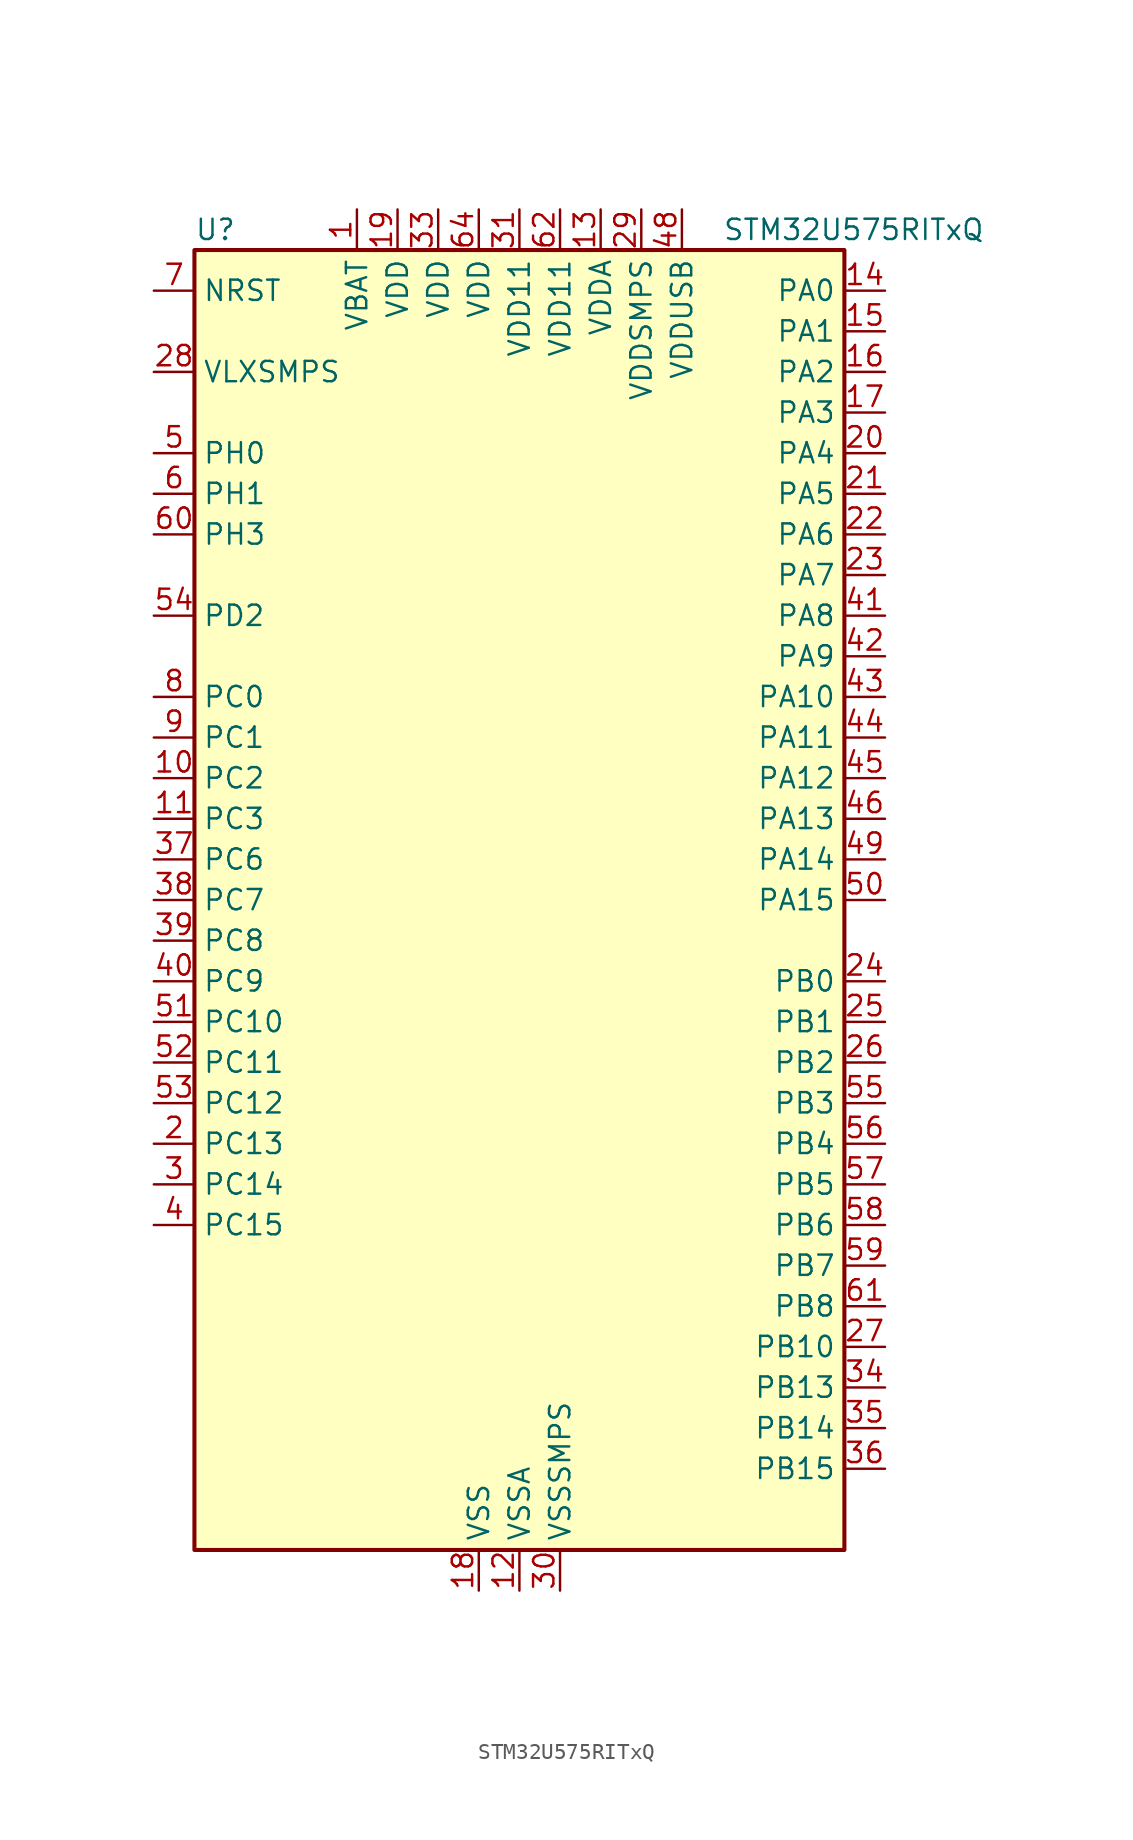
<source format=kicad_sym>
(kicad_symbol_lib
  (version 20211014)
  (generator kicad-library-utils)
  (symbol "STM32U575RITxQ"
    (property "Reference" "U"
      (at -20.32 41.91 0)
      (effects (font (size 1.27 1.27)) (justify left)))
    (property "Value" "STM32U575RITxQ"
      (at 12.7 41.91 0)
      (effects (font (size 1.27 1.27)) (justify left)))
    (property "ki_fp_filters" "LQFP*10x10mm*P0.5mm*"
      (at 0.0 0.0 0.0)
      (effects (font (size 1.27 1.27))))
    (symbol "STM32U575RITxQ_0_1"
      (rectangle (start -20.32 -40.64) (end 20.32 40.64) (stroke (width 0.254)) (fill (type background))))
    (symbol "STM32U575RITxQ_1_1"
      (pin input line (at -22.86 38.1 0) (length 2.54) (name "NRST" (effects (font (size 1.27 1.27)))) (number "7" (effects (font (size 1.27 1.27)))))
      (pin power_in line (at -22.86 33.02 0) (length 2.54) (name "VLXSMPS" (effects (font (size 1.27 1.27)))) (number "28" (effects (font (size 1.27 1.27)))))
      (pin bidirectional line (at -22.86 27.94 0) (length 2.54) (name "PH0" (effects (font (size 1.27 1.27)))) (number "5" (effects (font (size 1.27 1.27)))) (alternate "RCC_OSC_IN" bidirectional line))
      (pin bidirectional line (at -22.86 25.4 0) (length 2.54) (name "PH1" (effects (font (size 1.27 1.27)))) (number "6" (effects (font (size 1.27 1.27)))) (alternate "RCC_OSC_OUT" bidirectional line))
      (pin bidirectional line (at -22.86 22.86 0) (length 2.54) (name "PH3" (effects (font (size 1.27 1.27)))) (number "60" (effects (font (size 1.27 1.27)))))
      (pin bidirectional line (at -22.86 17.78 0) (length 2.54) (name "PD2" (effects (font (size 1.27 1.27)))) (number "54" (effects (font (size 1.27 1.27)))) (alternate "DEBUG_TRACED2" bidirectional line) (alternate "LPTIM4_ETR" bidirectional line) (alternate "SDMMC1_CMD" bidirectional line) (alternate "TIM3_ETR" bidirectional line) (alternate "TSC_SYNC" bidirectional line) (alternate "UART5_RX" bidirectional line) (alternate "USART3_DE" bidirectional line) (alternate "USART3_RTS" bidirectional line))
      (pin bidirectional line (at -22.86 12.7 0) (length 2.54) (name "PC0" (effects (font (size 1.27 1.27)))) (number "8" (effects (font (size 1.27 1.27)))) (alternate "ADC1_IN1" bidirectional line) (alternate "ADC4_IN1" bidirectional line) (alternate "I2C3_SCL" bidirectional line) (alternate "LPTIM1_IN1" bidirectional line) (alternate "LPTIM2_IN1" bidirectional line) (alternate "LPUART1_RX" bidirectional line) (alternate "MDF1_SDI4" bidirectional line) (alternate "OCTOSPIM_P1_IO7" bidirectional line) (alternate "SDMMC1_D5" bidirectional line) (alternate "SPI2_RDY" bidirectional line))
      (pin bidirectional line (at -22.86 10.16 0) (length 2.54) (name "PC1" (effects (font (size 1.27 1.27)))) (number "9" (effects (font (size 1.27 1.27)))) (alternate "ADC1_IN2" bidirectional line) (alternate "ADC4_IN2" bidirectional line) (alternate "DEBUG_TRACED0" bidirectional line) (alternate "I2C3_SDA" bidirectional line) (alternate "LPTIM1_CH1" bidirectional line) (alternate "LPUART1_TX" bidirectional line) (alternate "MDF1_CKI4" bidirectional line) (alternate "OCTOSPIM_P1_IO4" bidirectional line) (alternate "SAI1_SD_A" bidirectional line) (alternate "SDMMC2_CK" bidirectional line) (alternate "SPI2_MOSI" bidirectional line))
      (pin bidirectional line (at -22.86 7.62 0) (length 2.54) (name "PC2" (effects (font (size 1.27 1.27)))) (number "10" (effects (font (size 1.27 1.27)))) (alternate "ADC1_IN3" bidirectional line) (alternate "ADC4_IN3" bidirectional line) (alternate "LPTIM1_IN2" bidirectional line) (alternate "MDF1_CCK1" bidirectional line) (alternate "OCTOSPIM_P1_IO5" bidirectional line) (alternate "SPI2_MISO" bidirectional line))
      (pin bidirectional line (at -22.86 5.08 0) (length 2.54) (name "PC3" (effects (font (size 1.27 1.27)))) (number "11" (effects (font (size 1.27 1.27)))) (alternate "ADC1_IN4" bidirectional line) (alternate "ADC4_IN4" bidirectional line) (alternate "LPTIM1_ETR" bidirectional line) (alternate "LPTIM2_ETR" bidirectional line) (alternate "LPTIM3_CH1" bidirectional line) (alternate "OCTOSPIM_P1_IO6" bidirectional line) (alternate "SAI1_D1" bidirectional line) (alternate "SAI1_SD_A" bidirectional line) (alternate "SPI2_MOSI" bidirectional line))
      (pin bidirectional line (at -22.86 2.54 0) (length 2.54) (name "PC6" (effects (font (size 1.27 1.27)))) (number "37" (effects (font (size 1.27 1.27)))) (alternate "MDF1_CKI3" bidirectional line) (alternate "PWR_CSLEEP" bidirectional line) (alternate "SDMMC1_D0DIR" bidirectional line) (alternate "SDMMC1_D6" bidirectional line) (alternate "SDMMC2_D6" bidirectional line) (alternate "TIM3_CH1" bidirectional line) (alternate "TIM8_CH1" bidirectional line) (alternate "TSC_G4_IO1" bidirectional line))
      (pin bidirectional line (at -22.86 0.0 0) (length 2.54) (name "PC7" (effects (font (size 1.27 1.27)))) (number "38" (effects (font (size 1.27 1.27)))) (alternate "LPTIM2_CH2" bidirectional line) (alternate "MDF1_SDI3" bidirectional line) (alternate "PWR_CDSTOP" bidirectional line) (alternate "SDMMC1_D123DIR" bidirectional line) (alternate "SDMMC1_D7" bidirectional line) (alternate "SDMMC2_D7" bidirectional line) (alternate "TIM3_CH2" bidirectional line) (alternate "TIM8_CH2" bidirectional line) (alternate "TSC_G4_IO2" bidirectional line))
      (pin bidirectional line (at -22.86 -2.54 0) (length 2.54) (name "PC8" (effects (font (size 1.27 1.27)))) (number "39" (effects (font (size 1.27 1.27)))) (alternate "LPTIM3_CH1" bidirectional line) (alternate "PWR_SRDSTOP" bidirectional line) (alternate "SDMMC1_D0" bidirectional line) (alternate "TIM3_CH3" bidirectional line) (alternate "TIM8_CH3" bidirectional line) (alternate "TSC_G4_IO3" bidirectional line))
      (pin bidirectional line (at -22.86 -5.08 0) (length 2.54) (name "PC9" (effects (font (size 1.27 1.27)))) (number "40" (effects (font (size 1.27 1.27)))) (alternate "DAC1_EXTI9" bidirectional line) (alternate "DEBUG_TRACED0" bidirectional line) (alternate "LPTIM3_CH2" bidirectional line) (alternate "SDMMC1_D1" bidirectional line) (alternate "TIM3_CH4" bidirectional line) (alternate "TIM8_BKIN2" bidirectional line) (alternate "TIM8_CH4" bidirectional line) (alternate "TSC_G4_IO4" bidirectional line) (alternate "USB_OTG_FS_NOE" bidirectional line))
      (pin bidirectional line (at -22.86 -7.62 0) (length 2.54) (name "PC10" (effects (font (size 1.27 1.27)))) (number "51" (effects (font (size 1.27 1.27)))) (alternate "ADF1_CCK1" bidirectional line) (alternate "DEBUG_TRACED1" bidirectional line) (alternate "LPTIM3_ETR" bidirectional line) (alternate "SDMMC1_D2" bidirectional line) (alternate "SPI3_SCK" bidirectional line) (alternate "TSC_G3_IO2" bidirectional line) (alternate "UART4_TX" bidirectional line) (alternate "USART3_TX" bidirectional line))
      (pin bidirectional line (at -22.86 -10.16 0) (length 2.54) (name "PC11" (effects (font (size 1.27 1.27)))) (number "52" (effects (font (size 1.27 1.27)))) (alternate "ADC1_EXTI11" bidirectional line) (alternate "ADF1_SDI0" bidirectional line) (alternate "LPTIM3_IN1" bidirectional line) (alternate "OCTOSPIM_P1_NCS" bidirectional line) (alternate "SDMMC1_D3" bidirectional line) (alternate "SPI3_MISO" bidirectional line) (alternate "TSC_G3_IO3" bidirectional line) (alternate "UART4_RX" bidirectional line) (alternate "UCPD1_FRSTX2" bidirectional line) (alternate "USART3_RX" bidirectional line))
      (pin bidirectional line (at -22.86 -12.7 0) (length 2.54) (name "PC12" (effects (font (size 1.27 1.27)))) (number "53" (effects (font (size 1.27 1.27)))) (alternate "DEBUG_TRACED3" bidirectional line) (alternate "SDMMC1_CK" bidirectional line) (alternate "SPI3_MOSI" bidirectional line) (alternate "TSC_G3_IO4" bidirectional line) (alternate "UART5_TX" bidirectional line) (alternate "USART3_CK" bidirectional line))
      (pin bidirectional line (at -22.86 -15.24 0) (length 2.54) (name "PC13" (effects (font (size 1.27 1.27)))) (number "2" (effects (font (size 1.27 1.27)))) (alternate "PWR_WKUP2" bidirectional line) (alternate "RTC_OUT1" bidirectional line) (alternate "RTC_TS" bidirectional line) (alternate "TAMP_IN1" bidirectional line) (alternate "TAMP_OUT2" bidirectional line))
      (pin bidirectional line (at -22.86 -17.78 0) (length 2.54) (name "PC14" (effects (font (size 1.27 1.27)))) (number "3" (effects (font (size 1.27 1.27)))) (alternate "RCC_OSC32_IN" bidirectional line))
      (pin bidirectional line (at -22.86 -20.32 0) (length 2.54) (name "PC15" (effects (font (size 1.27 1.27)))) (number "4" (effects (font (size 1.27 1.27)))) (alternate "ADC1_EXTI15" bidirectional line) (alternate "ADC4_EXTI15" bidirectional line) (alternate "RCC_OSC32_OUT" bidirectional line))
      (pin bidirectional line (at 22.86 38.1 180) (length 2.54) (name "PA0" (effects (font (size 1.27 1.27)))) (number "14" (effects (font (size 1.27 1.27)))) (alternate "ADC1_IN5" bidirectional line) (alternate "AUDIOCLK" bidirectional line) (alternate "OCTOSPIM_P2_NCS" bidirectional line) (alternate "OPAMP1_VINP" bidirectional line) (alternate "PWR_WKUP1" bidirectional line) (alternate "SDMMC2_CMD" bidirectional line) (alternate "SPI3_RDY" bidirectional line) (alternate "TAMP_IN2" bidirectional line) (alternate "TAMP_OUT1" bidirectional line) (alternate "TIM2_CH1" bidirectional line) (alternate "TIM2_ETR" bidirectional line) (alternate "TIM5_CH1" bidirectional line) (alternate "TIM8_ETR" bidirectional line) (alternate "UART4_TX" bidirectional line) (alternate "USART2_CTS" bidirectional line))
      (pin bidirectional line (at 22.86 35.56 180) (length 2.54) (name "PA1" (effects (font (size 1.27 1.27)))) (number "15" (effects (font (size 1.27 1.27)))) (alternate "ADC1_IN6" bidirectional line) (alternate "I2C1_SMBA" bidirectional line) (alternate "LPTIM1_CH2" bidirectional line) (alternate "OCTOSPIM_P1_DQS" bidirectional line) (alternate "OPAMP1_VINM" bidirectional line) (alternate "PWR_WKUP3" bidirectional line) (alternate "SPI1_SCK" bidirectional line) (alternate "TAMP_IN5" bidirectional line) (alternate "TAMP_OUT4" bidirectional line) (alternate "TIM15_CH1N" bidirectional line) (alternate "TIM2_CH2" bidirectional line) (alternate "TIM5_CH2" bidirectional line) (alternate "UART4_RX" bidirectional line) (alternate "USART2_DE" bidirectional line) (alternate "USART2_RTS" bidirectional line))
      (pin bidirectional line (at 22.86 33.02 180) (length 2.54) (name "PA2" (effects (font (size 1.27 1.27)))) (number "16" (effects (font (size 1.27 1.27)))) (alternate "ADC1_IN7" bidirectional line) (alternate "COMP1_INP" bidirectional line) (alternate "LPUART1_TX" bidirectional line) (alternate "OCTOSPIM_P1_NCS" bidirectional line) (alternate "PWR_WKUP4" bidirectional line) (alternate "RCC_LSCO" bidirectional line) (alternate "SPI1_RDY" bidirectional line) (alternate "TIM15_CH1" bidirectional line) (alternate "TIM2_CH3" bidirectional line) (alternate "TIM5_CH3" bidirectional line) (alternate "UCPD1_FRSTX1" bidirectional line) (alternate "USART2_TX" bidirectional line))
      (pin bidirectional line (at 22.86 30.48 180) (length 2.54) (name "PA3" (effects (font (size 1.27 1.27)))) (number "17" (effects (font (size 1.27 1.27)))) (alternate "ADC1_IN8" bidirectional line) (alternate "LPUART1_RX" bidirectional line) (alternate "OCTOSPIM_P1_CLK" bidirectional line) (alternate "OPAMP1_VOUT" bidirectional line) (alternate "PWR_WKUP5" bidirectional line) (alternate "SAI1_CK1" bidirectional line) (alternate "SAI1_MCLK_A" bidirectional line) (alternate "TIM15_CH2" bidirectional line) (alternate "TIM2_CH4" bidirectional line) (alternate "TIM5_CH4" bidirectional line) (alternate "USART2_RX" bidirectional line))
      (pin bidirectional line (at 22.86 27.94 180) (length 2.54) (name "PA4" (effects (font (size 1.27 1.27)))) (number "20" (effects (font (size 1.27 1.27)))) (alternate "ADC1_IN9" bidirectional line) (alternate "ADC4_IN9" bidirectional line) (alternate "DAC1_OUT1" bidirectional line) (alternate "LPTIM2_CH1" bidirectional line) (alternate "OCTOSPIM_P1_NCS" bidirectional line) (alternate "PWR_WKUP2" bidirectional line) (alternate "SAI1_FS_B" bidirectional line) (alternate "SPI1_NSS" bidirectional line) (alternate "SPI3_NSS" bidirectional line) (alternate "USART2_CK" bidirectional line))
      (pin bidirectional line (at 22.86 25.4 180) (length 2.54) (name "PA5" (effects (font (size 1.27 1.27)))) (number "21" (effects (font (size 1.27 1.27)))) (alternate "ADC1_IN10" bidirectional line) (alternate "ADC4_IN10" bidirectional line) (alternate "DAC1_OUT2" bidirectional line) (alternate "LPTIM2_ETR" bidirectional line) (alternate "PWR_CSLEEP" bidirectional line) (alternate "PWR_WKUP6" bidirectional line) (alternate "SPI1_SCK" bidirectional line) (alternate "TIM2_CH1" bidirectional line) (alternate "TIM2_ETR" bidirectional line) (alternate "TIM8_CH1N" bidirectional line) (alternate "USART3_RX" bidirectional line))
      (pin bidirectional line (at 22.86 22.86 180) (length 2.54) (name "PA6" (effects (font (size 1.27 1.27)))) (number "22" (effects (font (size 1.27 1.27)))) (alternate "ADC1_IN11" bidirectional line) (alternate "ADC4_IN11" bidirectional line) (alternate "LPUART1_CTS" bidirectional line) (alternate "OCTOSPIM_P1_IO3" bidirectional line) (alternate "OPAMP2_VINP" bidirectional line) (alternate "PWR_CDSTOP" bidirectional line) (alternate "PWR_WKUP7" bidirectional line) (alternate "SPI1_MISO" bidirectional line) (alternate "TIM16_CH1" bidirectional line) (alternate "TIM1_BKIN" bidirectional line) (alternate "TIM3_CH1" bidirectional line) (alternate "TIM8_BKIN" bidirectional line) (alternate "USART3_CTS" bidirectional line))
      (pin bidirectional line (at 22.86 20.32 180) (length 2.54) (name "PA7" (effects (font (size 1.27 1.27)))) (number "23" (effects (font (size 1.27 1.27)))) (alternate "ADC1_IN12" bidirectional line) (alternate "ADC4_IN20" bidirectional line) (alternate "I2C3_SCL" bidirectional line) (alternate "LPTIM2_CH2" bidirectional line) (alternate "OCTOSPIM_P1_IO2" bidirectional line) (alternate "OPAMP2_VINM" bidirectional line) (alternate "PWR_SRDSTOP" bidirectional line) (alternate "PWR_WKUP8" bidirectional line) (alternate "SPI1_MOSI" bidirectional line) (alternate "TIM17_CH1" bidirectional line) (alternate "TIM1_CH1N" bidirectional line) (alternate "TIM3_CH2" bidirectional line) (alternate "TIM8_CH1N" bidirectional line) (alternate "USART3_TX" bidirectional line))
      (pin bidirectional line (at 22.86 17.78 180) (length 2.54) (name "PA8" (effects (font (size 1.27 1.27)))) (number "41" (effects (font (size 1.27 1.27)))) (alternate "DEBUG_TRACECLK" bidirectional line) (alternate "LPTIM2_CH1" bidirectional line) (alternate "RCC_MCO" bidirectional line) (alternate "SAI1_CK2" bidirectional line) (alternate "SAI1_SCK_A" bidirectional line) (alternate "SPI1_RDY" bidirectional line) (alternate "TIM1_CH1" bidirectional line) (alternate "USART1_CK" bidirectional line) (alternate "USB_OTG_FS_SOF" bidirectional line))
      (pin bidirectional line (at 22.86 15.24 180) (length 2.54) (name "PA9" (effects (font (size 1.27 1.27)))) (number "42" (effects (font (size 1.27 1.27)))) (alternate "DAC1_EXTI9" bidirectional line) (alternate "SAI1_FS_A" bidirectional line) (alternate "SPI2_SCK" bidirectional line) (alternate "TIM15_BKIN" bidirectional line) (alternate "TIM1_CH2" bidirectional line) (alternate "USART1_TX" bidirectional line) (alternate "USB_OTG_FS_VBUS" bidirectional line))
      (pin bidirectional line (at 22.86 12.7 180) (length 2.54) (name "PA10" (effects (font (size 1.27 1.27)))) (number "43" (effects (font (size 1.27 1.27)))) (alternate "CRS_SYNC" bidirectional line) (alternate "LPTIM2_IN2" bidirectional line) (alternate "SAI1_D1" bidirectional line) (alternate "SAI1_SD_A" bidirectional line) (alternate "TIM17_BKIN" bidirectional line) (alternate "TIM1_CH3" bidirectional line) (alternate "USART1_RX" bidirectional line) (alternate "USB_OTG_FS_ID" bidirectional line))
      (pin bidirectional line (at 22.86 10.16 180) (length 2.54) (name "PA11" (effects (font (size 1.27 1.27)))) (number "44" (effects (font (size 1.27 1.27)))) (alternate "ADC1_EXTI11" bidirectional line) (alternate "FDCAN1_RX" bidirectional line) (alternate "SPI1_MISO" bidirectional line) (alternate "TIM1_BKIN2" bidirectional line) (alternate "TIM1_CH4" bidirectional line) (alternate "USART1_CTS" bidirectional line) (alternate "USB_OTG_FS_DM" bidirectional line))
      (pin bidirectional line (at 22.86 7.62 180) (length 2.54) (name "PA12" (effects (font (size 1.27 1.27)))) (number "45" (effects (font (size 1.27 1.27)))) (alternate "FDCAN1_TX" bidirectional line) (alternate "OCTOSPIM_P2_NCS" bidirectional line) (alternate "SPI1_MOSI" bidirectional line) (alternate "TIM1_ETR" bidirectional line) (alternate "USART1_DE" bidirectional line) (alternate "USART1_RTS" bidirectional line) (alternate "USB_OTG_FS_DP" bidirectional line))
      (pin bidirectional line (at 22.86 5.08 180) (length 2.54) (name "PA13" (effects (font (size 1.27 1.27)))) (number "46" (effects (font (size 1.27 1.27)))) (alternate "DEBUG_JTMS-SWDIO" bidirectional line) (alternate "IR_OUT" bidirectional line) (alternate "SAI1_SD_B" bidirectional line) (alternate "USB_OTG_FS_NOE" bidirectional line))
      (pin bidirectional line (at 22.86 2.54 180) (length 2.54) (name "PA14" (effects (font (size 1.27 1.27)))) (number "49" (effects (font (size 1.27 1.27)))) (alternate "DEBUG_JTCK-SWCLK" bidirectional line) (alternate "I2C1_SMBA" bidirectional line) (alternate "I2C4_SMBA" bidirectional line) (alternate "LPTIM1_CH1" bidirectional line) (alternate "SAI1_FS_B" bidirectional line) (alternate "USB_OTG_FS_SOF" bidirectional line))
      (pin bidirectional line (at 22.86 0.0 180) (length 2.54) (name "PA15" (effects (font (size 1.27 1.27)))) (number "50" (effects (font (size 1.27 1.27)))) (alternate "ADC1_EXTI15" bidirectional line) (alternate "ADC4_EXTI15" bidirectional line) (alternate "DEBUG_JTDI" bidirectional line) (alternate "SPI1_NSS" bidirectional line) (alternate "SPI3_NSS" bidirectional line) (alternate "TIM2_CH1" bidirectional line) (alternate "TIM2_ETR" bidirectional line) (alternate "UART4_DE" bidirectional line) (alternate "UART4_RTS" bidirectional line) (alternate "UCPD1_CC1" bidirectional line) (alternate "USART2_RX" bidirectional line) (alternate "USART3_DE" bidirectional line) (alternate "USART3_RTS" bidirectional line))
      (pin bidirectional line (at 22.86 -5.08 180) (length 2.54) (name "PB0" (effects (font (size 1.27 1.27)))) (number "24" (effects (font (size 1.27 1.27)))) (alternate "ADC1_IN15" bidirectional line) (alternate "ADC4_IN18" bidirectional line) (alternate "AUDIOCLK" bidirectional line) (alternate "COMP1_OUT" bidirectional line) (alternate "LPTIM3_CH1" bidirectional line) (alternate "OCTOSPIM_P1_IO1" bidirectional line) (alternate "OPAMP2_VOUT" bidirectional line) (alternate "SPI1_NSS" bidirectional line) (alternate "TIM1_CH2N" bidirectional line) (alternate "TIM3_CH3" bidirectional line) (alternate "TIM8_CH2N" bidirectional line) (alternate "USART3_CK" bidirectional line))
      (pin bidirectional line (at 22.86 -7.62 180) (length 2.54) (name "PB1" (effects (font (size 1.27 1.27)))) (number "25" (effects (font (size 1.27 1.27)))) (alternate "ADC1_IN16" bidirectional line) (alternate "ADC4_IN19" bidirectional line) (alternate "COMP1_INM" bidirectional line) (alternate "LPTIM2_IN1" bidirectional line) (alternate "LPTIM3_CH2" bidirectional line) (alternate "LPUART1_DE" bidirectional line) (alternate "LPUART1_RTS" bidirectional line) (alternate "MDF1_SDI0" bidirectional line) (alternate "OCTOSPIM_P1_IO0" bidirectional line) (alternate "PWR_WKUP4" bidirectional line) (alternate "TIM1_CH3N" bidirectional line) (alternate "TIM3_CH4" bidirectional line) (alternate "TIM8_CH3N" bidirectional line) (alternate "USART3_DE" bidirectional line) (alternate "USART3_RTS" bidirectional line))
      (pin bidirectional line (at 22.86 -10.16 180) (length 2.54) (name "PB2" (effects (font (size 1.27 1.27)))) (number "26" (effects (font (size 1.27 1.27)))) (alternate "ADC1_IN17" bidirectional line) (alternate "COMP1_INP" bidirectional line) (alternate "I2C3_SMBA" bidirectional line) (alternate "LPTIM1_CH1" bidirectional line) (alternate "MDF1_CKI0" bidirectional line) (alternate "OCTOSPIM_P1_DQS" bidirectional line) (alternate "PWR_WKUP1" bidirectional line) (alternate "RTC_OUT2" bidirectional line) (alternate "SPI1_RDY" bidirectional line) (alternate "TIM8_CH4N" bidirectional line) (alternate "UCPD1_FRSTX1" bidirectional line))
      (pin bidirectional line (at 22.86 -12.7 180) (length 2.54) (name "PB3" (effects (font (size 1.27 1.27)))) (number "55" (effects (font (size 1.27 1.27)))) (alternate "ADF1_CCK0" bidirectional line) (alternate "COMP2_INM" bidirectional line) (alternate "CRS_SYNC" bidirectional line) (alternate "DEBUG_JTDO-SWO" bidirectional line) (alternate "I2C1_SDA" bidirectional line) (alternate "LPTIM1_CH1" bidirectional line) (alternate "SAI1_SCK_B" bidirectional line) (alternate "SDMMC2_D2" bidirectional line) (alternate "SPI1_SCK" bidirectional line) (alternate "SPI3_SCK" bidirectional line) (alternate "TIM2_CH2" bidirectional line) (alternate "USART1_DE" bidirectional line) (alternate "USART1_RTS" bidirectional line))
      (pin bidirectional line (at 22.86 -15.24 180) (length 2.54) (name "PB4" (effects (font (size 1.27 1.27)))) (number "56" (effects (font (size 1.27 1.27)))) (alternate "ADF1_SDI0" bidirectional line) (alternate "COMP2_INP" bidirectional line) (alternate "DEBUG_JTRST" bidirectional line) (alternate "I2C3_SDA" bidirectional line) (alternate "LPTIM1_CH2" bidirectional line) (alternate "SAI1_MCLK_B" bidirectional line) (alternate "SDMMC2_D3" bidirectional line) (alternate "SPI1_MISO" bidirectional line) (alternate "SPI3_MISO" bidirectional line) (alternate "TIM17_BKIN" bidirectional line) (alternate "TIM3_CH1" bidirectional line) (alternate "TSC_G2_IO1" bidirectional line) (alternate "UART5_DE" bidirectional line) (alternate "UART5_RTS" bidirectional line) (alternate "USART1_CTS" bidirectional line))
      (pin bidirectional line (at 22.86 -17.78 180) (length 2.54) (name "PB5" (effects (font (size 1.27 1.27)))) (number "57" (effects (font (size 1.27 1.27)))) (alternate "COMP2_OUT" bidirectional line) (alternate "I2C1_SMBA" bidirectional line) (alternate "LPTIM1_IN1" bidirectional line) (alternate "OCTOSPIM_P1_NCLK" bidirectional line) (alternate "PWR_WKUP6" bidirectional line) (alternate "SAI1_SD_B" bidirectional line) (alternate "SPI1_MOSI" bidirectional line) (alternate "SPI3_MOSI" bidirectional line) (alternate "TIM16_BKIN" bidirectional line) (alternate "TIM3_CH2" bidirectional line) (alternate "TSC_G2_IO2" bidirectional line) (alternate "UART5_CTS" bidirectional line) (alternate "UCPD1_DBCC1" bidirectional line) (alternate "USART1_CK" bidirectional line))
      (pin bidirectional line (at 22.86 -20.32 180) (length 2.54) (name "PB6" (effects (font (size 1.27 1.27)))) (number "58" (effects (font (size 1.27 1.27)))) (alternate "COMP2_INP" bidirectional line) (alternate "I2C1_SCL" bidirectional line) (alternate "I2C4_SCL" bidirectional line) (alternate "LPTIM1_ETR" bidirectional line) (alternate "MDF1_SDI5" bidirectional line) (alternate "PWR_WKUP3" bidirectional line) (alternate "SAI1_FS_B" bidirectional line) (alternate "TIM16_CH1N" bidirectional line) (alternate "TIM4_CH1" bidirectional line) (alternate "TIM8_BKIN2" bidirectional line) (alternate "TSC_G2_IO3" bidirectional line) (alternate "USART1_TX" bidirectional line))
      (pin bidirectional line (at 22.86 -22.86 180) (length 2.54) (name "PB7" (effects (font (size 1.27 1.27)))) (number "59" (effects (font (size 1.27 1.27)))) (alternate "COMP2_INM" bidirectional line) (alternate "I2C1_SDA" bidirectional line) (alternate "I2C4_SDA" bidirectional line) (alternate "LPTIM1_IN2" bidirectional line) (alternate "MDF1_CKI5" bidirectional line) (alternate "PWR_PVD_IN" bidirectional line) (alternate "PWR_WKUP4" bidirectional line) (alternate "TIM17_CH1N" bidirectional line) (alternate "TIM4_CH2" bidirectional line) (alternate "TIM8_BKIN" bidirectional line) (alternate "TSC_G2_IO4" bidirectional line) (alternate "UART4_CTS" bidirectional line) (alternate "USART1_RX" bidirectional line))
      (pin bidirectional line (at 22.86 -25.4 180) (length 2.54) (name "PB8" (effects (font (size 1.27 1.27)))) (number "61" (effects (font (size 1.27 1.27)))) (alternate "FDCAN1_RX" bidirectional line) (alternate "I2C1_SCL" bidirectional line) (alternate "MDF1_CCK0" bidirectional line) (alternate "PWR_WKUP5" bidirectional line) (alternate "SAI1_CK1" bidirectional line) (alternate "SAI1_MCLK_A" bidirectional line) (alternate "SDMMC1_CKIN" bidirectional line) (alternate "SDMMC1_D4" bidirectional line) (alternate "SDMMC2_D4" bidirectional line) (alternate "SPI3_RDY" bidirectional line) (alternate "TIM16_CH1" bidirectional line) (alternate "TIM4_CH3" bidirectional line))
      (pin bidirectional line (at 22.86 -27.94 180) (length 2.54) (name "PB10" (effects (font (size 1.27 1.27)))) (number "27" (effects (font (size 1.27 1.27)))) (alternate "COMP1_OUT" bidirectional line) (alternate "I2C2_SCL" bidirectional line) (alternate "I2C4_SCL" bidirectional line) (alternate "LPTIM3_CH1" bidirectional line) (alternate "LPUART1_RX" bidirectional line) (alternate "OCTOSPIM_P1_CLK" bidirectional line) (alternate "PWR_WKUP8" bidirectional line) (alternate "SAI1_SCK_A" bidirectional line) (alternate "SPI2_SCK" bidirectional line) (alternate "TIM2_CH3" bidirectional line) (alternate "TSC_SYNC" bidirectional line) (alternate "USART3_TX" bidirectional line))
      (pin bidirectional line (at 22.86 -30.48 180) (length 2.54) (name "PB13" (effects (font (size 1.27 1.27)))) (number "34" (effects (font (size 1.27 1.27)))) (alternate "I2C2_SCL" bidirectional line) (alternate "LPTIM3_IN1" bidirectional line) (alternate "LPUART1_CTS" bidirectional line) (alternate "MDF1_CKI1" bidirectional line) (alternate "SPI2_SCK" bidirectional line) (alternate "TIM15_CH1N" bidirectional line) (alternate "TIM1_CH1N" bidirectional line) (alternate "TSC_G1_IO2" bidirectional line) (alternate "USART3_CTS" bidirectional line))
      (pin bidirectional line (at 22.86 -33.02 180) (length 2.54) (name "PB14" (effects (font (size 1.27 1.27)))) (number "35" (effects (font (size 1.27 1.27)))) (alternate "I2C2_SDA" bidirectional line) (alternate "LPTIM3_ETR" bidirectional line) (alternate "MDF1_SDI2" bidirectional line) (alternate "SDMMC2_D0" bidirectional line) (alternate "SPI2_MISO" bidirectional line) (alternate "TIM15_CH1" bidirectional line) (alternate "TIM1_CH2N" bidirectional line) (alternate "TIM8_CH2N" bidirectional line) (alternate "TSC_G1_IO3" bidirectional line) (alternate "UCPD1_DBCC2" bidirectional line) (alternate "USART3_DE" bidirectional line) (alternate "USART3_RTS" bidirectional line))
      (pin bidirectional line (at 22.86 -35.56 180) (length 2.54) (name "PB15" (effects (font (size 1.27 1.27)))) (number "36" (effects (font (size 1.27 1.27)))) (alternate "ADC1_EXTI15" bidirectional line) (alternate "ADC4_EXTI15" bidirectional line) (alternate "LPTIM2_IN2" bidirectional line) (alternate "MDF1_CKI2" bidirectional line) (alternate "PWR_WKUP7" bidirectional line) (alternate "RTC_REFIN" bidirectional line) (alternate "SDMMC2_D1" bidirectional line) (alternate "SPI2_MOSI" bidirectional line) (alternate "TIM15_CH2" bidirectional line) (alternate "TIM1_CH3N" bidirectional line) (alternate "TIM8_CH3N" bidirectional line) (alternate "UCPD1_CC2" bidirectional line))
      (pin power_in line (at -10.16 43.18 270) (length 2.54) (name "VBAT" (effects (font (size 1.27 1.27)))) (number "1" (effects (font (size 1.27 1.27)))))
      (pin power_in line (at -7.62 43.18 270) (length 2.54) (name "VDD" (effects (font (size 1.27 1.27)))) (number "19" (effects (font (size 1.27 1.27)))))
      (pin power_in line (at -5.08 43.18 270) (length 2.54) (name "VDD" (effects (font (size 1.27 1.27)))) (number "33" (effects (font (size 1.27 1.27)))))
      (pin power_in line (at -2.54 43.18 270) (length 2.54) (name "VDD" (effects (font (size 1.27 1.27)))) (number "64" (effects (font (size 1.27 1.27)))))
      (pin power_in line (at 0.0 43.18 270) (length 2.54) (name "VDD11" (effects (font (size 1.27 1.27)))) (number "31" (effects (font (size 1.27 1.27)))))
      (pin power_in line (at 2.54 43.18 270) (length 2.54) (name "VDD11" (effects (font (size 1.27 1.27)))) (number "62" (effects (font (size 1.27 1.27)))))
      (pin power_in line (at 5.08 43.18 270) (length 2.54) (name "VDDA" (effects (font (size 1.27 1.27)))) (number "13" (effects (font (size 1.27 1.27)))))
      (pin power_in line (at 7.62 43.18 270) (length 2.54) (name "VDDSMPS" (effects (font (size 1.27 1.27)))) (number "29" (effects (font (size 1.27 1.27)))))
      (pin power_in line (at 10.16 43.18 270) (length 2.54) (name "VDDUSB" (effects (font (size 1.27 1.27)))) (number "48" (effects (font (size 1.27 1.27)))))
      (pin power_in line (at -2.54 -43.18 90) (length 2.54) (name "VSS" (effects (font (size 1.27 1.27)))) (number "18" (effects (font (size 1.27 1.27)))))
      (pin passive line (at -2.54 -43.18 90) (length 2.54) hide (name "VSS" (effects (font (size 1.27 1.27)))) (number "32" (effects (font (size 1.27 1.27)))))
      (pin passive line (at -2.54 -43.18 90) (length 2.54) hide (name "VSS" (effects (font (size 1.27 1.27)))) (number "47" (effects (font (size 1.27 1.27)))))
      (pin passive line (at -2.54 -43.18 90) (length 2.54) hide (name "VSS" (effects (font (size 1.27 1.27)))) (number "63" (effects (font (size 1.27 1.27)))))
      (pin power_in line (at 0.0 -43.18 90) (length 2.54) (name "VSSA" (effects (font (size 1.27 1.27)))) (number "12" (effects (font (size 1.27 1.27)))))
      (pin power_in line (at 2.54 -43.18 90) (length 2.54) (name "VSSSMPS" (effects (font (size 1.27 1.27)))) (number "30" (effects (font (size 1.27 1.27))))))))
</source>
